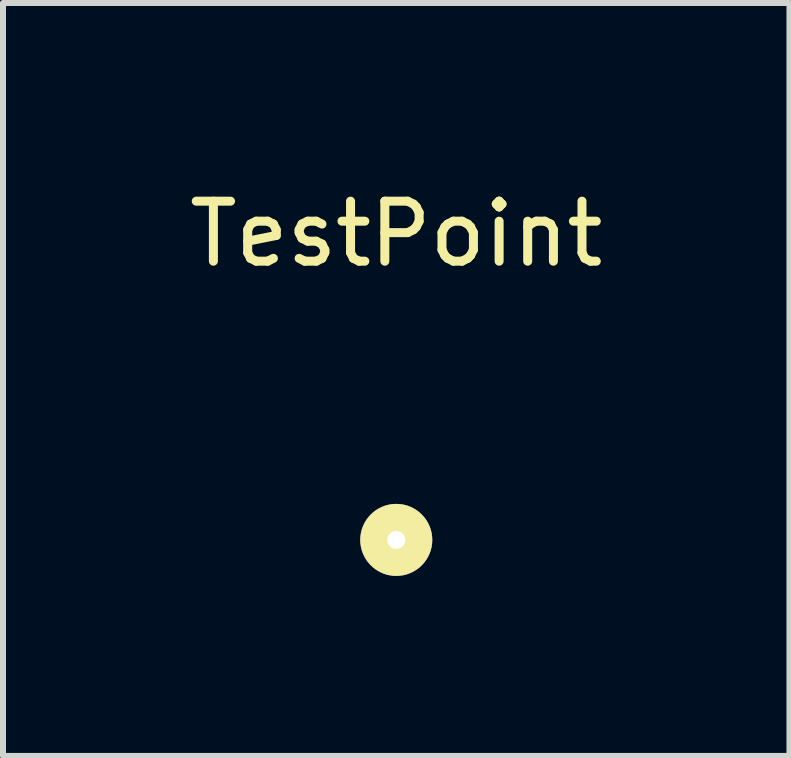
<source format=kicad_pcb>
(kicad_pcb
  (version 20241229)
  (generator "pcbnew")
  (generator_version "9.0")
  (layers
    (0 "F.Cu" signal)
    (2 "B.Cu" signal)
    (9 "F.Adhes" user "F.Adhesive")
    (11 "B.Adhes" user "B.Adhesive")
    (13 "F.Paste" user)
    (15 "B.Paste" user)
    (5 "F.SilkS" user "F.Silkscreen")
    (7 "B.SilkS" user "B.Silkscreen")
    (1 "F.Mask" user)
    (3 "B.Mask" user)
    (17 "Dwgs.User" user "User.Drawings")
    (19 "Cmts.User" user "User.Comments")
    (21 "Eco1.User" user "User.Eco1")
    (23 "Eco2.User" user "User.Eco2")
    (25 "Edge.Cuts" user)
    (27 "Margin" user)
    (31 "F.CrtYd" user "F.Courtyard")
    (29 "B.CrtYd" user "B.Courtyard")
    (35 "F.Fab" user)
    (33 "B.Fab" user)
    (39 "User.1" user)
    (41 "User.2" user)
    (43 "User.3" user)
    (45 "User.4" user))
  (footprint "TestPoint"
    (layer "F.Cu")
    (at 3.554 5.948)
    (property "Reference" "TestPoint" (at 0 -5.1 0) (layer "F.SilkS") (effects (font (size 1 1) (thickness 0.15))))
    (attr through_hole)
    (pad "1" thru_hole circle (at 0 0) (size 1.2 1.2) (drill 0.3) (layers "*.Cu" "*.Mask" "F.SilkS")))
  (gr_rect
    (start -3 -3)
    (end 10.107 9.548)
    (stroke (width 0.1) (type default))
    (fill no)
    (layer "Edge.Cuts")))
</source>
